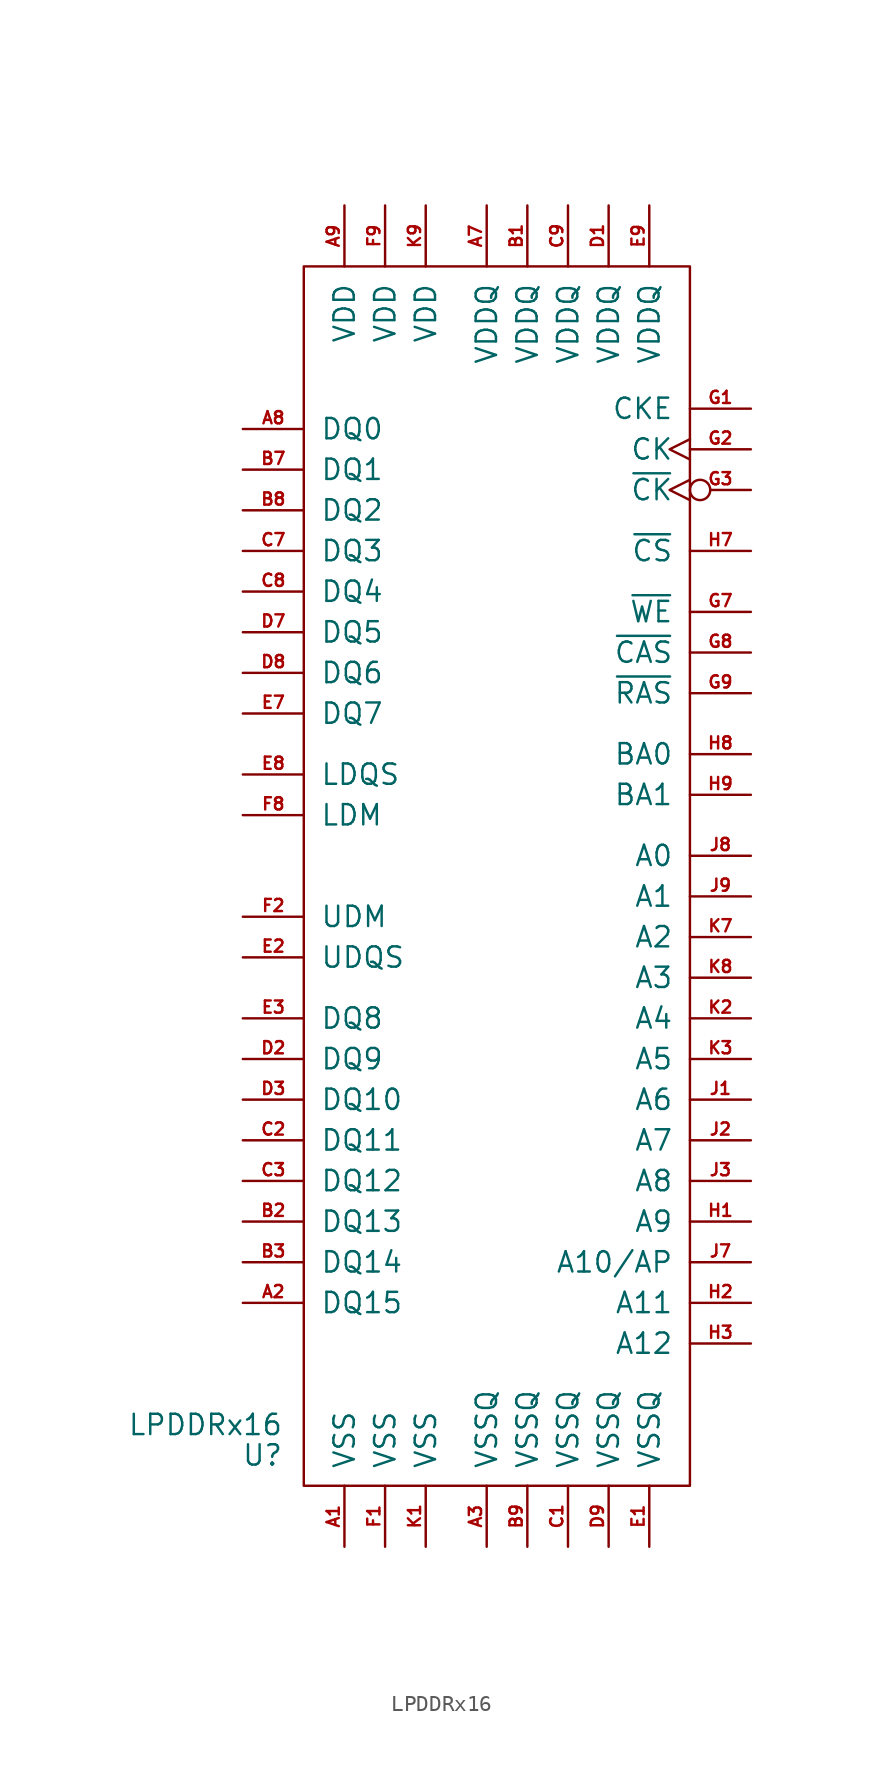
<source format=kicad_sym>
(kicad_symbol_lib
  (version 20211014)
  (generator kicad_symbol_editor)
  (symbol "LPDDRx16"
    (pin_names
      (offset 1.016))
    (property "Reference" "U"
      (at -13.97 -36.195 0)
      (effects (font (size 1.27 1.27)) (justify right)))
    (property "Value" "LPDDRx16"
      (at -13.97 -34.29 0)
      (effects (font (size 1.27 1.27)) (justify right)))
    (symbol "LPDDRx16_0_1"
      (rectangle (start -12.7 38.1) (end 11.43 -38.1) (stroke (width 0) (type default) (color 0 0 0 0)) (fill (type none))))
    (symbol "LPDDRx16_1_1"
      (pin power_in line (at -10.16 -41.91 90) (length 3.81) (name "VSS" (effects (font (size 1.27 1.27)))) (number "A1" (effects (font (size 0.762 0.762)))))
      (pin input line (at -16.51 -26.67 0) (length 3.81) (name "DQ15" (effects (font (size 1.27 1.27)))) (number "A2" (effects (font (size 0.762 0.762)))))
      (pin power_in line (at -1.27 -41.91 90) (length 3.81) (name "VSSQ" (effects (font (size 1.27 1.27)))) (number "A3" (effects (font (size 0.762 0.762)))))
      (pin power_in line (at -1.27 41.91 270) (length 3.81) (name "VDDQ" (effects (font (size 1.27 1.27)))) (number "A7" (effects (font (size 0.762 0.762)))))
      (pin input line (at -16.51 27.94 0) (length 3.81) (name "DQ0" (effects (font (size 1.27 1.27)))) (number "A8" (effects (font (size 0.762 0.762)))))
      (pin power_in line (at -10.16 41.91 270) (length 3.81) (name "VDD" (effects (font (size 1.27 1.27)))) (number "A9" (effects (font (size 0.762 0.762)))))
      (pin power_in line (at 1.27 41.91 270) (length 3.81) (name "VDDQ" (effects (font (size 1.27 1.27)))) (number "B1" (effects (font (size 0.762 0.762)))))
      (pin input line (at -16.51 -21.59 0) (length 3.81) (name "DQ13" (effects (font (size 1.27 1.27)))) (number "B2" (effects (font (size 0.762 0.762)))))
      (pin input line (at -16.51 -24.13 0) (length 3.81) (name "DQ14" (effects (font (size 1.27 1.27)))) (number "B3" (effects (font (size 0.762 0.762)))))
      (pin input line (at -16.51 25.4 0) (length 3.81) (name "DQ1" (effects (font (size 1.27 1.27)))) (number "B7" (effects (font (size 0.762 0.762)))))
      (pin input line (at -16.51 22.86 0) (length 3.81) (name "DQ2" (effects (font (size 1.27 1.27)))) (number "B8" (effects (font (size 0.762 0.762)))))
      (pin power_in line (at 1.27 -41.91 90) (length 3.81) (name "VSSQ" (effects (font (size 1.27 1.27)))) (number "B9" (effects (font (size 0.762 0.762)))))
      (pin power_in line (at 3.81 -41.91 90) (length 3.81) (name "VSSQ" (effects (font (size 1.27 1.27)))) (number "C1" (effects (font (size 0.762 0.762)))))
      (pin input line (at -16.51 -16.51 0) (length 3.81) (name "DQ11" (effects (font (size 1.27 1.27)))) (number "C2" (effects (font (size 0.762 0.762)))))
      (pin input line (at -16.51 -19.05 0) (length 3.81) (name "DQ12" (effects (font (size 1.27 1.27)))) (number "C3" (effects (font (size 0.762 0.762)))))
      (pin input line (at -16.51 20.32 0) (length 3.81) (name "DQ3" (effects (font (size 1.27 1.27)))) (number "C7" (effects (font (size 0.762 0.762)))))
      (pin input line (at -16.51 17.78 0) (length 3.81) (name "DQ4" (effects (font (size 1.27 1.27)))) (number "C8" (effects (font (size 0.762 0.762)))))
      (pin power_in line (at 3.81 41.91 270) (length 3.81) (name "VDDQ" (effects (font (size 1.27 1.27)))) (number "C9" (effects (font (size 0.762 0.762)))))
      (pin power_in line (at 6.35 41.91 270) (length 3.81) (name "VDDQ" (effects (font (size 1.27 1.27)))) (number "D1" (effects (font (size 0.762 0.762)))))
      (pin input line (at -16.51 -11.43 0) (length 3.81) (name "DQ9" (effects (font (size 1.27 1.27)))) (number "D2" (effects (font (size 0.762 0.762)))))
      (pin input line (at -16.51 -13.97 0) (length 3.81) (name "DQ10" (effects (font (size 1.27 1.27)))) (number "D3" (effects (font (size 0.762 0.762)))))
      (pin input line (at -16.51 15.24 0) (length 3.81) (name "DQ5" (effects (font (size 1.27 1.27)))) (number "D7" (effects (font (size 0.762 0.762)))))
      (pin input line (at -16.51 12.7 0) (length 3.81) (name "DQ6" (effects (font (size 1.27 1.27)))) (number "D8" (effects (font (size 0.762 0.762)))))
      (pin power_in line (at 6.35 -41.91 90) (length 3.81) (name "VSSQ" (effects (font (size 1.27 1.27)))) (number "D9" (effects (font (size 0.762 0.762)))))
      (pin power_in line (at 8.89 -41.91 90) (length 3.81) (name "VSSQ" (effects (font (size 1.27 1.27)))) (number "E1" (effects (font (size 0.762 0.762)))))
      (pin input line (at -16.51 -5.08 0) (length 3.81) (name "UDQS" (effects (font (size 1.27 1.27)))) (number "E2" (effects (font (size 0.762 0.762)))))
      (pin input line (at -16.51 -8.89 0) (length 3.81) (name "DQ8" (effects (font (size 1.27 1.27)))) (number "E3" (effects (font (size 0.762 0.762)))))
      (pin input line (at -16.51 10.16 0) (length 3.81) (name "DQ7" (effects (font (size 1.27 1.27)))) (number "E7" (effects (font (size 0.762 0.762)))))
      (pin input line (at -16.51 6.35 0) (length 3.81) (name "LDQS" (effects (font (size 1.27 1.27)))) (number "E8" (effects (font (size 0.762 0.762)))))
      (pin power_in line (at 8.89 41.91 270) (length 3.81) (name "VDDQ" (effects (font (size 1.27 1.27)))) (number "E9" (effects (font (size 0.762 0.762)))))
      (pin power_in line (at -7.62 -41.91 90) (length 3.81) (name "VSS" (effects (font (size 1.27 1.27)))) (number "F1" (effects (font (size 0.762 0.762)))))
      (pin input line (at -16.51 -2.54 0) (length 3.81) (name "UDM" (effects (font (size 1.27 1.27)))) (number "F2" (effects (font (size 0.762 0.762)))))
      (pin input line (at -16.51 3.81 0) (length 3.81) (name "LDM" (effects (font (size 1.27 1.27)))) (number "F8" (effects (font (size 0.762 0.762)))))
      (pin power_in line (at -7.62 41.91 270) (length 3.81) (name "VDD" (effects (font (size 1.27 1.27)))) (number "F9" (effects (font (size 0.762 0.762)))))
      (pin input line (at 15.24 29.21 180) (length 3.81) (name "CKE" (effects (font (size 1.27 1.27)))) (number "G1" (effects (font (size 0.762 0.762)))))
      (pin input clock (at 15.24 26.67 180) (length 3.81) (name "CK" (effects (font (size 1.27 1.27)))) (number "G2" (effects (font (size 0.762 0.762)))))
      (pin input inverted_clock (at 15.24 24.13 180) (length 3.81) (name "~{CK}" (effects (font (size 1.27 1.27)))) (number "G3" (effects (font (size 0.762 0.762)))))
      (pin input line (at 15.24 16.51 180) (length 3.81) (name "~{WE}" (effects (font (size 1.27 1.27)))) (number "G7" (effects (font (size 0.762 0.762)))))
      (pin input line (at 15.24 13.97 180) (length 3.81) (name "~{CAS}" (effects (font (size 1.27 1.27)))) (number "G8" (effects (font (size 0.762 0.762)))))
      (pin input line (at 15.24 11.43 180) (length 3.81) (name "~{RAS}" (effects (font (size 1.27 1.27)))) (number "G9" (effects (font (size 0.762 0.762)))))
      (pin input line (at 15.24 -21.59 180) (length 3.81) (name "A9" (effects (font (size 1.27 1.27)))) (number "H1" (effects (font (size 0.762 0.762)))))
      (pin input line (at 15.24 -26.67 180) (length 3.81) (name "A11" (effects (font (size 1.27 1.27)))) (number "H2" (effects (font (size 0.762 0.762)))))
      (pin input line (at 15.24 -29.21 180) (length 3.81) (name "A12" (effects (font (size 1.27 1.27)))) (number "H3" (effects (font (size 0.762 0.762)))))
      (pin input line (at 15.24 20.32 180) (length 3.81) (name "~{CS}" (effects (font (size 1.27 1.27)))) (number "H7" (effects (font (size 0.762 0.762)))))
      (pin input line (at 15.24 7.62 180) (length 3.81) (name "BA0" (effects (font (size 1.27 1.27)))) (number "H8" (effects (font (size 0.762 0.762)))))
      (pin input line (at 15.24 5.08 180) (length 3.81) (name "BA1" (effects (font (size 1.27 1.27)))) (number "H9" (effects (font (size 0.762 0.762)))))
      (pin input line (at 15.24 -13.97 180) (length 3.81) (name "A6" (effects (font (size 1.27 1.27)))) (number "J1" (effects (font (size 0.762 0.762)))))
      (pin input line (at 15.24 -16.51 180) (length 3.81) (name "A7" (effects (font (size 1.27 1.27)))) (number "J2" (effects (font (size 0.762 0.762)))))
      (pin input line (at 15.24 -19.05 180) (length 3.81) (name "A8" (effects (font (size 1.27 1.27)))) (number "J3" (effects (font (size 0.762 0.762)))))
      (pin input line (at 15.24 -24.13 180) (length 3.81) (name "A10/AP" (effects (font (size 1.27 1.27)))) (number "J7" (effects (font (size 0.762 0.762)))))
      (pin input line (at 15.24 1.27 180) (length 3.81) (name "A0" (effects (font (size 1.27 1.27)))) (number "J8" (effects (font (size 0.762 0.762)))))
      (pin input line (at 15.24 -1.27 180) (length 3.81) (name "A1" (effects (font (size 1.27 1.27)))) (number "J9" (effects (font (size 0.762 0.762)))))
      (pin power_in line (at -5.08 -41.91 90) (length 3.81) (name "VSS" (effects (font (size 1.27 1.27)))) (number "K1" (effects (font (size 0.762 0.762)))))
      (pin input line (at 15.24 -8.89 180) (length 3.81) (name "A4" (effects (font (size 1.27 1.27)))) (number "K2" (effects (font (size 0.762 0.762)))))
      (pin input line (at 15.24 -11.43 180) (length 3.81) (name "A5" (effects (font (size 1.27 1.27)))) (number "K3" (effects (font (size 0.762 0.762)))))
      (pin input line (at 15.24 -3.81 180) (length 3.81) (name "A2" (effects (font (size 1.27 1.27)))) (number "K7" (effects (font (size 0.762 0.762)))))
      (pin input line (at 15.24 -6.35 180) (length 3.81) (name "A3" (effects (font (size 1.27 1.27)))) (number "K8" (effects (font (size 0.762 0.762)))))
      (pin power_in line (at -5.08 41.91 270) (length 3.81) (name "VDD" (effects (font (size 1.27 1.27)))) (number "K9" (effects (font (size 0.762 0.762))))))))
</source>
